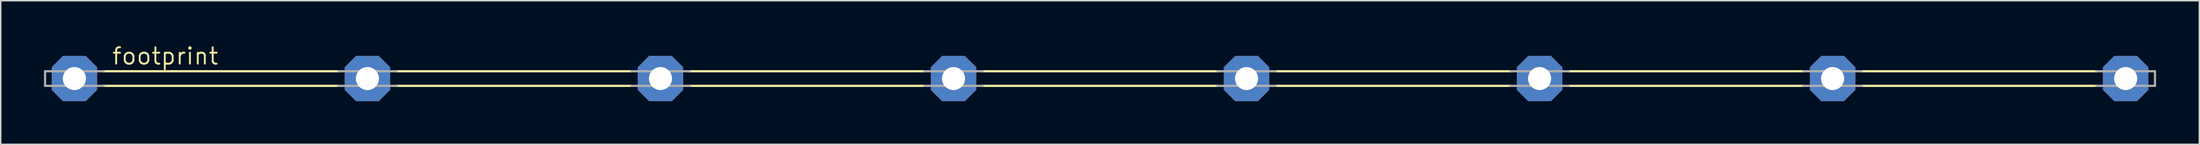
<source format=kicad_pcb>
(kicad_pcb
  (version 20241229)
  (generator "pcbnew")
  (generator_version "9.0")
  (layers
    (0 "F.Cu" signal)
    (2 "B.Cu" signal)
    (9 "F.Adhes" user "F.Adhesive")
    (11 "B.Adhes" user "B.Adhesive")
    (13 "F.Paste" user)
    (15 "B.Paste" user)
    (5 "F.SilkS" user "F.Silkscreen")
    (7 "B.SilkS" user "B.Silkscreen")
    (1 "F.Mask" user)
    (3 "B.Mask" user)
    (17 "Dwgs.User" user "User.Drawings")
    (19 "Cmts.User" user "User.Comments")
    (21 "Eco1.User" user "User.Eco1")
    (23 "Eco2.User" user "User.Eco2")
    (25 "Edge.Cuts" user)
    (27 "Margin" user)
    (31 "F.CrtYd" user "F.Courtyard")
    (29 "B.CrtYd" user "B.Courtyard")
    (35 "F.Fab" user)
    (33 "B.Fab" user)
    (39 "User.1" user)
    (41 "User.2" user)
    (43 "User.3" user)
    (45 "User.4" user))
  (footprint "footprint"
    (layer "F.Cu")
    (at 73.228 2.413)
    (property "Reference" "footprint" (at -68.58 -0.889 0) (layer "F.SilkS") (effects (font (size 1.143 1.143) (thickness 0.127)) (justify left bottom)))
    (fp_line (start -69.088 -0.508) (end -52.832 -0.508) (stroke (width 0.152) (type solid)) (layer "F.SilkS"))
    (fp_line (start -69.088 0.508) (end -52.832 0.508) (stroke (width 0.152) (type solid)) (layer "F.SilkS"))
    (fp_line (start -48.768 -0.508) (end -32.512 -0.508) (stroke (width 0.152) (type solid)) (layer "F.SilkS"))
    (fp_line (start -48.768 0.508) (end -32.512 0.508) (stroke (width 0.152) (type solid)) (layer "F.SilkS"))
    (fp_line (start -28.448 -0.508) (end -12.192 -0.508) (stroke (width 0.152) (type solid)) (layer "F.SilkS"))
    (fp_line (start -28.448 0.508) (end -12.192 0.508) (stroke (width 0.152) (type solid)) (layer "F.SilkS"))
    (fp_line (start -8.128 -0.508) (end 8.128 -0.508) (stroke (width 0.152) (type solid)) (layer "F.SilkS"))
    (fp_line (start -8.128 0.508) (end 8.128 0.508) (stroke (width 0.152) (type solid)) (layer "F.SilkS"))
    (fp_line (start 12.192 -0.508) (end 28.448 -0.508) (stroke (width 0.152) (type solid)) (layer "F.SilkS"))
    (fp_line (start 12.192 0.508) (end 28.448 0.508) (stroke (width 0.152) (type solid)) (layer "F.SilkS"))
    (fp_line (start 32.512 -0.508) (end 48.768 -0.508) (stroke (width 0.152) (type solid)) (layer "F.SilkS"))
    (fp_line (start 32.512 0.508) (end 48.768 0.508) (stroke (width 0.152) (type solid)) (layer "F.SilkS"))
    (fp_line (start 52.832 -0.508) (end 69.088 -0.508) (stroke (width 0.152) (type solid)) (layer "F.SilkS"))
    (fp_line (start 52.832 0.508) (end 69.088 0.508) (stroke (width 0.152) (type solid)) (layer "F.SilkS"))
    (fp_line (start -73.152 -0.508) (end -73.152 0.508) (stroke (width 0.152) (type solid)) (layer "F.Fab"))
    (fp_line (start -73.152 0.508) (end -69.088 0.508) (stroke (width 0.152) (type solid)) (layer "F.Fab"))
    (fp_line (start -69.088 -0.508) (end -73.152 -0.508) (stroke (width 0.152) (type solid)) (layer "F.Fab"))
    (fp_line (start -52.832 0.508) (end -48.768 0.508) (stroke (width 0.152) (type solid)) (layer "F.Fab"))
    (fp_line (start -48.768 -0.508) (end -52.832 -0.508) (stroke (width 0.152) (type solid)) (layer "F.Fab"))
    (fp_line (start -28.448 -0.508) (end -32.512 -0.508) (stroke (width 0.152) (type solid)) (layer "F.Fab"))
    (fp_line (start -28.448 0.508) (end -32.512 0.508) (stroke (width 0.152) (type solid)) (layer "F.Fab"))
    (fp_line (start -12.192 0.508) (end -8.128 0.508) (stroke (width 0.152) (type solid)) (layer "F.Fab"))
    (fp_line (start -8.128 -0.508) (end -12.192 -0.508) (stroke (width 0.152) (type solid)) (layer "F.Fab"))
    (fp_line (start 8.128 0.508) (end 12.192 0.508) (stroke (width 0.152) (type solid)) (layer "F.Fab"))
    (fp_line (start 12.192 -0.508) (end 8.128 -0.508) (stroke (width 0.152) (type solid)) (layer "F.Fab"))
    (fp_line (start 32.512 -0.508) (end 28.448 -0.508) (stroke (width 0.152) (type solid)) (layer "F.Fab"))
    (fp_line (start 32.512 0.508) (end 28.448 0.508) (stroke (width 0.152) (type solid)) (layer "F.Fab"))
    (fp_line (start 48.768 0.508) (end 52.832 0.508) (stroke (width 0.152) (type solid)) (layer "F.Fab"))
    (fp_line (start 52.832 -0.508) (end 48.768 -0.508) (stroke (width 0.152) (type solid)) (layer "F.Fab"))
    (fp_line (start 69.088 0.508) (end 73.152 0.508) (stroke (width 0.152) (type solid)) (layer "F.Fab"))
    (fp_line (start 73.152 -0.508) (end 69.088 -0.508) (stroke (width 0.152) (type solid)) (layer "F.Fab"))
    (fp_line (start 73.152 -0.508) (end 73.152 0.508) (stroke (width 0.152) (type solid)) (layer "F.Fab"))
    (pad "1" thru_hole roundrect (at -71.12 0) (size 3.15 3.15) (drill 1.6) (layers "*.Cu" "*.Mask") (roundrect_rratio 0.25) (chamfer_ratio 0.25) (chamfer top_left top_right bottom_left bottom_right))
    (pad "2" thru_hole roundrect (at -50.8 0) (size 3.15 3.15) (drill 1.6) (layers "*.Cu" "*.Mask") (roundrect_rratio 0.25) (chamfer_ratio 0.25) (chamfer top_left top_right bottom_left bottom_right))
    (pad "3" thru_hole roundrect (at -30.48 0) (size 3.15 3.15) (drill 1.6) (layers "*.Cu" "*.Mask") (roundrect_rratio 0.25) (chamfer_ratio 0.25) (chamfer top_left top_right bottom_left bottom_right))
    (pad "4" thru_hole roundrect (at -10.16 0) (size 3.15 3.15) (drill 1.6) (layers "*.Cu" "*.Mask") (roundrect_rratio 0.25) (chamfer_ratio 0.25) (chamfer top_left top_right bottom_left bottom_right))
    (pad "5" thru_hole roundrect (at 10.16 0) (size 3.15 3.15) (drill 1.6) (layers "*.Cu" "*.Mask") (roundrect_rratio 0.25) (chamfer_ratio 0.25) (chamfer top_left top_right bottom_left bottom_right))
    (pad "6" thru_hole roundrect (at 30.48 0) (size 3.15 3.15) (drill 1.6) (layers "*.Cu" "*.Mask") (roundrect_rratio 0.25) (chamfer_ratio 0.25) (chamfer top_left top_right bottom_left bottom_right))
    (pad "7" thru_hole roundrect (at 50.8 0) (size 3.15 3.15) (drill 1.6) (layers "*.Cu" "*.Mask") (roundrect_rratio 0.25) (chamfer_ratio 0.25) (chamfer top_left top_right bottom_left bottom_right))
    (pad "8" thru_hole roundrect (at 71.12 0) (size 3.15 3.15) (drill 1.6) (layers "*.Cu" "*.Mask") (roundrect_rratio 0.25) (chamfer_ratio 0.25) (chamfer top_left top_right bottom_left bottom_right)))
  (gr_rect
    (start -3 -3)
    (end 149.456 6.988)
    (stroke (width 0.1) (type default))
    (fill no)
    (layer "Edge.Cuts")))
</source>
